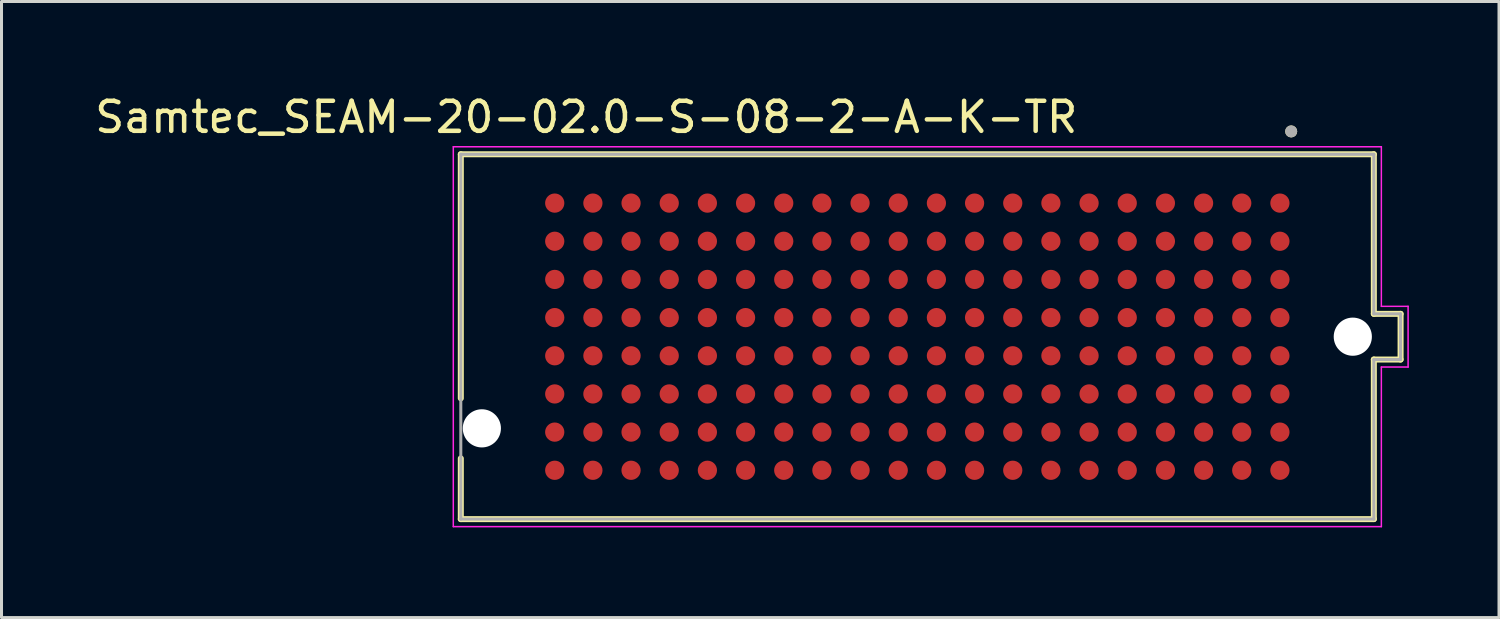
<source format=kicad_pcb>
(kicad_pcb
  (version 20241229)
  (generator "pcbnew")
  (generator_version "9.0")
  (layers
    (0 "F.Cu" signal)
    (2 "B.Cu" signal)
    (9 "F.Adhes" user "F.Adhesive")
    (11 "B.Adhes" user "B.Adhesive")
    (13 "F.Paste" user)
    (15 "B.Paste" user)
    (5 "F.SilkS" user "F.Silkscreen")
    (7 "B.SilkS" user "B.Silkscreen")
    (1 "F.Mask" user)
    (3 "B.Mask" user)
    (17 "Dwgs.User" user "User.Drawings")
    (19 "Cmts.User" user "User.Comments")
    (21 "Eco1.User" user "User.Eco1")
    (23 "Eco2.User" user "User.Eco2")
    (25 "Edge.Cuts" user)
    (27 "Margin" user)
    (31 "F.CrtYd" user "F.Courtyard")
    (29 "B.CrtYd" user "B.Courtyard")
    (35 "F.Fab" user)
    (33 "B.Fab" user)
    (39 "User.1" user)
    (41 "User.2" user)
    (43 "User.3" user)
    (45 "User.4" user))
  (footprint "Samtec_SEAM-20-02.0-S-08-2-A-K-TR"
    (layer "F.Cu")
    (at 27.473 8.153)
    (property "Reference" "Samtec_SEAM-20-02.0-S-08-2-A-K-TR" (at -11.015 -7.305 0) (layer "F.SilkS") (effects (font (size 1 1) (thickness 0.15))))
    (attr smd)
    (fp_line (start -15.19 -6.07) (end 15.19 -6.07) (stroke (width 0.2) (type solid)) (layer "F.SilkS"))
    (fp_line (start -15.19 2.05) (end -15.19 -6.07) (stroke (width 0.2) (type solid)) (layer "F.SilkS"))
    (fp_line (start -15.19 6.07) (end -15.19 4.05) (stroke (width 0.2) (type solid)) (layer "F.SilkS"))
    (fp_line (start 15.19 -6.07) (end 15.19 -0.76) (stroke (width 0.2) (type solid)) (layer "F.SilkS"))
    (fp_line (start 15.19 -0.76) (end 16.08 -0.76) (stroke (width 0.2) (type solid)) (layer "F.SilkS"))
    (fp_line (start 15.19 0.76) (end 15.19 6.07) (stroke (width 0.2) (type solid)) (layer "F.SilkS"))
    (fp_line (start 15.19 0.76) (end 16.08 0.76) (stroke (width 0.2) (type solid)) (layer "F.SilkS"))
    (fp_line (start 15.19 6.07) (end -15.19 6.07) (stroke (width 0.2) (type solid)) (layer "F.SilkS"))
    (fp_line (start 16.08 0.76) (end 16.08 -0.76) (stroke (width 0.2) (type solid)) (layer "F.SilkS"))
    (fp_circle (center 12.44 -6.83) (end 12.54 -6.83) (stroke (width 0.2) (type solid)) (fill no) (layer "F.SilkS"))
    (fp_circle (center -12.065 -4.445) (end -11.842 -4.445) (stroke (width 0.445) (type solid)) (fill no) (layer "F.Paste"))
    (fp_circle (center -12.065 -3.175) (end -11.842 -3.175) (stroke (width 0.445) (type solid)) (fill no) (layer "F.Paste"))
    (fp_circle (center -12.065 -1.905) (end -11.842 -1.905) (stroke (width 0.445) (type solid)) (fill no) (layer "F.Paste"))
    (fp_circle (center -12.065 -0.635) (end -11.842 -0.635) (stroke (width 0.445) (type solid)) (fill no) (layer "F.Paste"))
    (fp_circle (center -12.065 0.635) (end -11.842 0.635) (stroke (width 0.445) (type solid)) (fill no) (layer "F.Paste"))
    (fp_circle (center -12.065 1.905) (end -11.842 1.905) (stroke (width 0.445) (type solid)) (fill no) (layer "F.Paste"))
    (fp_circle (center -12.065 3.175) (end -11.842 3.175) (stroke (width 0.445) (type solid)) (fill no) (layer "F.Paste"))
    (fp_circle (center -12.065 4.445) (end -11.842 4.445) (stroke (width 0.445) (type solid)) (fill no) (layer "F.Paste"))
    (fp_circle (center -10.795 -4.445) (end -10.572 -4.445) (stroke (width 0.445) (type solid)) (fill no) (layer "F.Paste"))
    (fp_circle (center -10.795 -3.175) (end -10.572 -3.175) (stroke (width 0.445) (type solid)) (fill no) (layer "F.Paste"))
    (fp_circle (center -10.795 -1.905) (end -10.572 -1.905) (stroke (width 0.445) (type solid)) (fill no) (layer "F.Paste"))
    (fp_circle (center -10.795 -0.635) (end -10.572 -0.635) (stroke (width 0.445) (type solid)) (fill no) (layer "F.Paste"))
    (fp_circle (center -10.795 0.635) (end -10.572 0.635) (stroke (width 0.445) (type solid)) (fill no) (layer "F.Paste"))
    (fp_circle (center -10.795 1.905) (end -10.572 1.905) (stroke (width 0.445) (type solid)) (fill no) (layer "F.Paste"))
    (fp_circle (center -10.795 3.175) (end -10.572 3.175) (stroke (width 0.445) (type solid)) (fill no) (layer "F.Paste"))
    (fp_circle (center -10.795 4.445) (end -10.572 4.445) (stroke (width 0.445) (type solid)) (fill no) (layer "F.Paste"))
    (fp_circle (center -9.525 -4.445) (end -9.303 -4.445) (stroke (width 0.445) (type solid)) (fill no) (layer "F.Paste"))
    (fp_circle (center -9.525 -3.175) (end -9.303 -3.175) (stroke (width 0.445) (type solid)) (fill no) (layer "F.Paste"))
    (fp_circle (center -9.525 -1.905) (end -9.303 -1.905) (stroke (width 0.445) (type solid)) (fill no) (layer "F.Paste"))
    (fp_circle (center -9.525 -0.635) (end -9.303 -0.635) (stroke (width 0.445) (type solid)) (fill no) (layer "F.Paste"))
    (fp_circle (center -9.525 0.635) (end -9.303 0.635) (stroke (width 0.445) (type solid)) (fill no) (layer "F.Paste"))
    (fp_circle (center -9.525 1.905) (end -9.303 1.905) (stroke (width 0.445) (type solid)) (fill no) (layer "F.Paste"))
    (fp_circle (center -9.525 3.175) (end -9.303 3.175) (stroke (width 0.445) (type solid)) (fill no) (layer "F.Paste"))
    (fp_circle (center -9.525 4.445) (end -9.303 4.445) (stroke (width 0.445) (type solid)) (fill no) (layer "F.Paste"))
    (fp_circle (center -8.255 -4.445) (end -8.033 -4.445) (stroke (width 0.445) (type solid)) (fill no) (layer "F.Paste"))
    (fp_circle (center -8.255 -3.175) (end -8.033 -3.175) (stroke (width 0.445) (type solid)) (fill no) (layer "F.Paste"))
    (fp_circle (center -8.255 -1.905) (end -8.033 -1.905) (stroke (width 0.445) (type solid)) (fill no) (layer "F.Paste"))
    (fp_circle (center -8.255 -0.635) (end -8.033 -0.635) (stroke (width 0.445) (type solid)) (fill no) (layer "F.Paste"))
    (fp_circle (center -8.255 0.635) (end -8.033 0.635) (stroke (width 0.445) (type solid)) (fill no) (layer "F.Paste"))
    (fp_circle (center -8.255 1.905) (end -8.033 1.905) (stroke (width 0.445) (type solid)) (fill no) (layer "F.Paste"))
    (fp_circle (center -8.255 3.175) (end -8.033 3.175) (stroke (width 0.445) (type solid)) (fill no) (layer "F.Paste"))
    (fp_circle (center -8.255 4.445) (end -8.033 4.445) (stroke (width 0.445) (type solid)) (fill no) (layer "F.Paste"))
    (fp_circle (center -6.985 -4.445) (end -6.763 -4.445) (stroke (width 0.445) (type solid)) (fill no) (layer "F.Paste"))
    (fp_circle (center -6.985 -3.175) (end -6.763 -3.175) (stroke (width 0.445) (type solid)) (fill no) (layer "F.Paste"))
    (fp_circle (center -6.985 -1.905) (end -6.763 -1.905) (stroke (width 0.445) (type solid)) (fill no) (layer "F.Paste"))
    (fp_circle (center -6.985 -0.635) (end -6.763 -0.635) (stroke (width 0.445) (type solid)) (fill no) (layer "F.Paste"))
    (fp_circle (center -6.985 0.635) (end -6.763 0.635) (stroke (width 0.445) (type solid)) (fill no) (layer "F.Paste"))
    (fp_circle (center -6.985 1.905) (end -6.763 1.905) (stroke (width 0.445) (type solid)) (fill no) (layer "F.Paste"))
    (fp_circle (center -6.985 3.175) (end -6.763 3.175) (stroke (width 0.445) (type solid)) (fill no) (layer "F.Paste"))
    (fp_circle (center -6.985 4.445) (end -6.763 4.445) (stroke (width 0.445) (type solid)) (fill no) (layer "F.Paste"))
    (fp_circle (center -5.715 -4.445) (end -5.492 -4.445) (stroke (width 0.445) (type solid)) (fill no) (layer "F.Paste"))
    (fp_circle (center -5.715 -3.175) (end -5.492 -3.175) (stroke (width 0.445) (type solid)) (fill no) (layer "F.Paste"))
    (fp_circle (center -5.715 -1.905) (end -5.492 -1.905) (stroke (width 0.445) (type solid)) (fill no) (layer "F.Paste"))
    (fp_circle (center -5.715 -0.635) (end -5.492 -0.635) (stroke (width 0.445) (type solid)) (fill no) (layer "F.Paste"))
    (fp_circle (center -5.715 0.635) (end -5.492 0.635) (stroke (width 0.445) (type solid)) (fill no) (layer "F.Paste"))
    (fp_circle (center -5.715 1.905) (end -5.492 1.905) (stroke (width 0.445) (type solid)) (fill no) (layer "F.Paste"))
    (fp_circle (center -5.715 3.175) (end -5.492 3.175) (stroke (width 0.445) (type solid)) (fill no) (layer "F.Paste"))
    (fp_circle (center -5.715 4.445) (end -5.492 4.445) (stroke (width 0.445) (type solid)) (fill no) (layer "F.Paste"))
    (fp_circle (center -4.445 -4.445) (end -4.223 -4.445) (stroke (width 0.445) (type solid)) (fill no) (layer "F.Paste"))
    (fp_circle (center -4.445 -3.175) (end -4.223 -3.175) (stroke (width 0.445) (type solid)) (fill no) (layer "F.Paste"))
    (fp_circle (center -4.445 -1.905) (end -4.223 -1.905) (stroke (width 0.445) (type solid)) (fill no) (layer "F.Paste"))
    (fp_circle (center -4.445 -0.635) (end -4.223 -0.635) (stroke (width 0.445) (type solid)) (fill no) (layer "F.Paste"))
    (fp_circle (center -4.445 0.635) (end -4.223 0.635) (stroke (width 0.445) (type solid)) (fill no) (layer "F.Paste"))
    (fp_circle (center -4.445 1.905) (end -4.223 1.905) (stroke (width 0.445) (type solid)) (fill no) (layer "F.Paste"))
    (fp_circle (center -4.445 3.175) (end -4.223 3.175) (stroke (width 0.445) (type solid)) (fill no) (layer "F.Paste"))
    (fp_circle (center -4.445 4.445) (end -4.223 4.445) (stroke (width 0.445) (type solid)) (fill no) (layer "F.Paste"))
    (fp_circle (center -3.175 -4.445) (end -2.953 -4.445) (stroke (width 0.445) (type solid)) (fill no) (layer "F.Paste"))
    (fp_circle (center -3.175 -3.175) (end -2.953 -3.175) (stroke (width 0.445) (type solid)) (fill no) (layer "F.Paste"))
    (fp_circle (center -3.175 -1.905) (end -2.953 -1.905) (stroke (width 0.445) (type solid)) (fill no) (layer "F.Paste"))
    (fp_circle (center -3.175 -0.635) (end -2.953 -0.635) (stroke (width 0.445) (type solid)) (fill no) (layer "F.Paste"))
    (fp_circle (center -3.175 0.635) (end -2.953 0.635) (stroke (width 0.445) (type solid)) (fill no) (layer "F.Paste"))
    (fp_circle (center -3.175 1.905) (end -2.953 1.905) (stroke (width 0.445) (type solid)) (fill no) (layer "F.Paste"))
    (fp_circle (center -3.175 3.175) (end -2.953 3.175) (stroke (width 0.445) (type solid)) (fill no) (layer "F.Paste"))
    (fp_circle (center -3.175 4.445) (end -2.953 4.445) (stroke (width 0.445) (type solid)) (fill no) (layer "F.Paste"))
    (fp_circle (center -1.905 -4.445) (end -1.683 -4.445) (stroke (width 0.445) (type solid)) (fill no) (layer "F.Paste"))
    (fp_circle (center -1.905 -3.175) (end -1.683 -3.175) (stroke (width 0.445) (type solid)) (fill no) (layer "F.Paste"))
    (fp_circle (center -1.905 -1.905) (end -1.683 -1.905) (stroke (width 0.445) (type solid)) (fill no) (layer "F.Paste"))
    (fp_circle (center -1.905 -0.635) (end -1.683 -0.635) (stroke (width 0.445) (type solid)) (fill no) (layer "F.Paste"))
    (fp_circle (center -1.905 0.635) (end -1.683 0.635) (stroke (width 0.445) (type solid)) (fill no) (layer "F.Paste"))
    (fp_circle (center -1.905 1.905) (end -1.683 1.905) (stroke (width 0.445) (type solid)) (fill no) (layer "F.Paste"))
    (fp_circle (center -1.905 3.175) (end -1.683 3.175) (stroke (width 0.445) (type solid)) (fill no) (layer "F.Paste"))
    (fp_circle (center -1.905 4.445) (end -1.683 4.445) (stroke (width 0.445) (type solid)) (fill no) (layer "F.Paste"))
    (fp_circle (center -0.635 -4.445) (end -0.412 -4.445) (stroke (width 0.445) (type solid)) (fill no) (layer "F.Paste"))
    (fp_circle (center -0.635 -3.175) (end -0.412 -3.175) (stroke (width 0.445) (type solid)) (fill no) (layer "F.Paste"))
    (fp_circle (center -0.635 -1.905) (end -0.412 -1.905) (stroke (width 0.445) (type solid)) (fill no) (layer "F.Paste"))
    (fp_circle (center -0.635 -0.635) (end -0.412 -0.635) (stroke (width 0.445) (type solid)) (fill no) (layer "F.Paste"))
    (fp_circle (center -0.635 0.635) (end -0.412 0.635) (stroke (width 0.445) (type solid)) (fill no) (layer "F.Paste"))
    (fp_circle (center -0.635 1.905) (end -0.412 1.905) (stroke (width 0.445) (type solid)) (fill no) (layer "F.Paste"))
    (fp_circle (center -0.635 3.175) (end -0.412 3.175) (stroke (width 0.445) (type solid)) (fill no) (layer "F.Paste"))
    (fp_circle (center -0.635 4.445) (end -0.412 4.445) (stroke (width 0.445) (type solid)) (fill no) (layer "F.Paste"))
    (fp_circle (center 0.635 -4.445) (end 0.858 -4.445) (stroke (width 0.445) (type solid)) (fill no) (layer "F.Paste"))
    (fp_circle (center 0.635 -3.175) (end 0.858 -3.175) (stroke (width 0.445) (type solid)) (fill no) (layer "F.Paste"))
    (fp_circle (center 0.635 -1.905) (end 0.858 -1.905) (stroke (width 0.445) (type solid)) (fill no) (layer "F.Paste"))
    (fp_circle (center 0.635 -0.635) (end 0.858 -0.635) (stroke (width 0.445) (type solid)) (fill no) (layer "F.Paste"))
    (fp_circle (center 0.635 0.635) (end 0.858 0.635) (stroke (width 0.445) (type solid)) (fill no) (layer "F.Paste"))
    (fp_circle (center 0.635 1.905) (end 0.858 1.905) (stroke (width 0.445) (type solid)) (fill no) (layer "F.Paste"))
    (fp_circle (center 0.635 3.175) (end 0.858 3.175) (stroke (width 0.445) (type solid)) (fill no) (layer "F.Paste"))
    (fp_circle (center 0.635 4.445) (end 0.858 4.445) (stroke (width 0.445) (type solid)) (fill no) (layer "F.Paste"))
    (fp_circle (center 1.905 -4.445) (end 2.127 -4.445) (stroke (width 0.445) (type solid)) (fill no) (layer "F.Paste"))
    (fp_circle (center 1.905 -3.175) (end 2.127 -3.175) (stroke (width 0.445) (type solid)) (fill no) (layer "F.Paste"))
    (fp_circle (center 1.905 -1.905) (end 2.127 -1.905) (stroke (width 0.445) (type solid)) (fill no) (layer "F.Paste"))
    (fp_circle (center 1.905 -0.635) (end 2.127 -0.635) (stroke (width 0.445) (type solid)) (fill no) (layer "F.Paste"))
    (fp_circle (center 1.905 0.635) (end 2.127 0.635) (stroke (width 0.445) (type solid)) (fill no) (layer "F.Paste"))
    (fp_circle (center 1.905 1.905) (end 2.127 1.905) (stroke (width 0.445) (type solid)) (fill no) (layer "F.Paste"))
    (fp_circle (center 1.905 3.175) (end 2.127 3.175) (stroke (width 0.445) (type solid)) (fill no) (layer "F.Paste"))
    (fp_circle (center 1.905 4.445) (end 2.127 4.445) (stroke (width 0.445) (type solid)) (fill no) (layer "F.Paste"))
    (fp_circle (center 3.175 -4.445) (end 3.397 -4.445) (stroke (width 0.445) (type solid)) (fill no) (layer "F.Paste"))
    (fp_circle (center 3.175 -3.175) (end 3.397 -3.175) (stroke (width 0.445) (type solid)) (fill no) (layer "F.Paste"))
    (fp_circle (center 3.175 -1.905) (end 3.397 -1.905) (stroke (width 0.445) (type solid)) (fill no) (layer "F.Paste"))
    (fp_circle (center 3.175 -0.635) (end 3.397 -0.635) (stroke (width 0.445) (type solid)) (fill no) (layer "F.Paste"))
    (fp_circle (center 3.175 0.635) (end 3.397 0.635) (stroke (width 0.445) (type solid)) (fill no) (layer "F.Paste"))
    (fp_circle (center 3.175 1.905) (end 3.397 1.905) (stroke (width 0.445) (type solid)) (fill no) (layer "F.Paste"))
    (fp_circle (center 3.175 3.175) (end 3.397 3.175) (stroke (width 0.445) (type solid)) (fill no) (layer "F.Paste"))
    (fp_circle (center 3.175 4.445) (end 3.397 4.445) (stroke (width 0.445) (type solid)) (fill no) (layer "F.Paste"))
    (fp_circle (center 4.445 -4.445) (end 4.668 -4.445) (stroke (width 0.445) (type solid)) (fill no) (layer "F.Paste"))
    (fp_circle (center 4.445 -3.175) (end 4.668 -3.175) (stroke (width 0.445) (type solid)) (fill no) (layer "F.Paste"))
    (fp_circle (center 4.445 -1.905) (end 4.668 -1.905) (stroke (width 0.445) (type solid)) (fill no) (layer "F.Paste"))
    (fp_circle (center 4.445 -0.635) (end 4.668 -0.635) (stroke (width 0.445) (type solid)) (fill no) (layer "F.Paste"))
    (fp_circle (center 4.445 0.635) (end 4.668 0.635) (stroke (width 0.445) (type solid)) (fill no) (layer "F.Paste"))
    (fp_circle (center 4.445 1.905) (end 4.668 1.905) (stroke (width 0.445) (type solid)) (fill no) (layer "F.Paste"))
    (fp_circle (center 4.445 3.175) (end 4.668 3.175) (stroke (width 0.445) (type solid)) (fill no) (layer "F.Paste"))
    (fp_circle (center 4.445 4.445) (end 4.668 4.445) (stroke (width 0.445) (type solid)) (fill no) (layer "F.Paste"))
    (fp_circle (center 5.715 -4.445) (end 5.938 -4.445) (stroke (width 0.445) (type solid)) (fill no) (layer "F.Paste"))
    (fp_circle (center 5.715 -3.175) (end 5.938 -3.175) (stroke (width 0.445) (type solid)) (fill no) (layer "F.Paste"))
    (fp_circle (center 5.715 -1.905) (end 5.938 -1.905) (stroke (width 0.445) (type solid)) (fill no) (layer "F.Paste"))
    (fp_circle (center 5.715 -0.635) (end 5.938 -0.635) (stroke (width 0.445) (type solid)) (fill no) (layer "F.Paste"))
    (fp_circle (center 5.715 0.635) (end 5.938 0.635) (stroke (width 0.445) (type solid)) (fill no) (layer "F.Paste"))
    (fp_circle (center 5.715 1.905) (end 5.938 1.905) (stroke (width 0.445) (type solid)) (fill no) (layer "F.Paste"))
    (fp_circle (center 5.715 3.175) (end 5.938 3.175) (stroke (width 0.445) (type solid)) (fill no) (layer "F.Paste"))
    (fp_circle (center 5.715 4.445) (end 5.938 4.445) (stroke (width 0.445) (type solid)) (fill no) (layer "F.Paste"))
    (fp_circle (center 6.985 -4.445) (end 7.207 -4.445) (stroke (width 0.445) (type solid)) (fill no) (layer "F.Paste"))
    (fp_circle (center 6.985 -3.175) (end 7.207 -3.175) (stroke (width 0.445) (type solid)) (fill no) (layer "F.Paste"))
    (fp_circle (center 6.985 -1.905) (end 7.207 -1.905) (stroke (width 0.445) (type solid)) (fill no) (layer "F.Paste"))
    (fp_circle (center 6.985 -0.635) (end 7.207 -0.635) (stroke (width 0.445) (type solid)) (fill no) (layer "F.Paste"))
    (fp_circle (center 6.985 0.635) (end 7.207 0.635) (stroke (width 0.445) (type solid)) (fill no) (layer "F.Paste"))
    (fp_circle (center 6.985 1.905) (end 7.207 1.905) (stroke (width 0.445) (type solid)) (fill no) (layer "F.Paste"))
    (fp_circle (center 6.985 3.175) (end 7.207 3.175) (stroke (width 0.445) (type solid)) (fill no) (layer "F.Paste"))
    (fp_circle (center 6.985 4.445) (end 7.207 4.445) (stroke (width 0.445) (type solid)) (fill no) (layer "F.Paste"))
    (fp_circle (center 8.255 -4.445) (end 8.477 -4.445) (stroke (width 0.445) (type solid)) (fill no) (layer "F.Paste"))
    (fp_circle (center 8.255 -3.175) (end 8.477 -3.175) (stroke (width 0.445) (type solid)) (fill no) (layer "F.Paste"))
    (fp_circle (center 8.255 -1.905) (end 8.477 -1.905) (stroke (width 0.445) (type solid)) (fill no) (layer "F.Paste"))
    (fp_circle (center 8.255 -0.635) (end 8.477 -0.635) (stroke (width 0.445) (type solid)) (fill no) (layer "F.Paste"))
    (fp_circle (center 8.255 0.635) (end 8.477 0.635) (stroke (width 0.445) (type solid)) (fill no) (layer "F.Paste"))
    (fp_circle (center 8.255 1.905) (end 8.477 1.905) (stroke (width 0.445) (type solid)) (fill no) (layer "F.Paste"))
    (fp_circle (center 8.255 3.175) (end 8.477 3.175) (stroke (width 0.445) (type solid)) (fill no) (layer "F.Paste"))
    (fp_circle (center 8.255 4.445) (end 8.477 4.445) (stroke (width 0.445) (type solid)) (fill no) (layer "F.Paste"))
    (fp_circle (center 9.525 -4.445) (end 9.748 -4.445) (stroke (width 0.445) (type solid)) (fill no) (layer "F.Paste"))
    (fp_circle (center 9.525 -3.175) (end 9.748 -3.175) (stroke (width 0.445) (type solid)) (fill no) (layer "F.Paste"))
    (fp_circle (center 9.525 -1.905) (end 9.748 -1.905) (stroke (width 0.445) (type solid)) (fill no) (layer "F.Paste"))
    (fp_circle (center 9.525 -0.635) (end 9.748 -0.635) (stroke (width 0.445) (type solid)) (fill no) (layer "F.Paste"))
    (fp_circle (center 9.525 0.635) (end 9.748 0.635) (stroke (width 0.445) (type solid)) (fill no) (layer "F.Paste"))
    (fp_circle (center 9.525 1.905) (end 9.748 1.905) (stroke (width 0.445) (type solid)) (fill no) (layer "F.Paste"))
    (fp_circle (center 9.525 3.175) (end 9.748 3.175) (stroke (width 0.445) (type solid)) (fill no) (layer "F.Paste"))
    (fp_circle (center 9.525 4.445) (end 9.748 4.445) (stroke (width 0.445) (type solid)) (fill no) (layer "F.Paste"))
    (fp_circle (center 10.795 -4.445) (end 11.018 -4.445) (stroke (width 0.445) (type solid)) (fill no) (layer "F.Paste"))
    (fp_circle (center 10.795 -3.175) (end 11.018 -3.175) (stroke (width 0.445) (type solid)) (fill no) (layer "F.Paste"))
    (fp_circle (center 10.795 -1.905) (end 11.018 -1.905) (stroke (width 0.445) (type solid)) (fill no) (layer "F.Paste"))
    (fp_circle (center 10.795 -0.635) (end 11.018 -0.635) (stroke (width 0.445) (type solid)) (fill no) (layer "F.Paste"))
    (fp_circle (center 10.795 0.635) (end 11.018 0.635) (stroke (width 0.445) (type solid)) (fill no) (layer "F.Paste"))
    (fp_circle (center 10.795 1.905) (end 11.018 1.905) (stroke (width 0.445) (type solid)) (fill no) (layer "F.Paste"))
    (fp_circle (center 10.795 3.175) (end 11.018 3.175) (stroke (width 0.445) (type solid)) (fill no) (layer "F.Paste"))
    (fp_circle (center 10.795 4.445) (end 11.018 4.445) (stroke (width 0.445) (type solid)) (fill no) (layer "F.Paste"))
    (fp_circle (center 12.065 -4.445) (end 12.287 -4.445) (stroke (width 0.445) (type solid)) (fill no) (layer "F.Paste"))
    (fp_circle (center 12.065 -3.175) (end 12.287 -3.175) (stroke (width 0.445) (type solid)) (fill no) (layer "F.Paste"))
    (fp_circle (center 12.065 -1.905) (end 12.287 -1.905) (stroke (width 0.445) (type solid)) (fill no) (layer "F.Paste"))
    (fp_circle (center 12.065 -0.635) (end 12.287 -0.635) (stroke (width 0.445) (type solid)) (fill no) (layer "F.Paste"))
    (fp_circle (center 12.065 0.635) (end 12.287 0.635) (stroke (width 0.445) (type solid)) (fill no) (layer "F.Paste"))
    (fp_circle (center 12.065 1.905) (end 12.287 1.905) (stroke (width 0.445) (type solid)) (fill no) (layer "F.Paste"))
    (fp_circle (center 12.065 3.175) (end 12.287 3.175) (stroke (width 0.445) (type solid)) (fill no) (layer "F.Paste"))
    (fp_circle (center 12.065 4.445) (end 12.287 4.445) (stroke (width 0.445) (type solid)) (fill no) (layer "F.Paste"))
    (fp_line (start -15.44 -6.32) (end 15.44 -6.32) (stroke (width 0.05) (type solid)) (layer "F.CrtYd"))
    (fp_line (start -15.44 6.32) (end -15.44 -6.32) (stroke (width 0.05) (type solid)) (layer "F.CrtYd"))
    (fp_line (start 15.44 -6.32) (end 15.44 -1.01) (stroke (width 0.05) (type solid)) (layer "F.CrtYd"))
    (fp_line (start 15.44 -1.01) (end 16.33 -1.01) (stroke (width 0.05) (type solid)) (layer "F.CrtYd"))
    (fp_line (start 15.44 1.01) (end 15.44 6.32) (stroke (width 0.05) (type solid)) (layer "F.CrtYd"))
    (fp_line (start 15.44 1.01) (end 16.33 1.01) (stroke (width 0.05) (type solid)) (layer "F.CrtYd"))
    (fp_line (start 15.44 6.32) (end -15.44 6.32) (stroke (width 0.05) (type solid)) (layer "F.CrtYd"))
    (fp_line (start 16.33 1.01) (end 16.33 -1.01) (stroke (width 0.05) (type solid)) (layer "F.CrtYd"))
    (fp_line (start -15.19 -6.07) (end 15.19 -6.07) (stroke (width 0.1) (type solid)) (layer "F.Fab"))
    (fp_line (start -15.19 6.07) (end -15.19 -6.07) (stroke (width 0.1) (type solid)) (layer "F.Fab"))
    (fp_line (start 15.19 -6.07) (end 15.19 -0.76) (stroke (width 0.1) (type solid)) (layer "F.Fab"))
    (fp_line (start 15.19 -0.76) (end 16.08 -0.76) (stroke (width 0.1) (type solid)) (layer "F.Fab"))
    (fp_line (start 15.19 0.76) (end 15.19 6.07) (stroke (width 0.1) (type solid)) (layer "F.Fab"))
    (fp_line (start 15.19 0.76) (end 16.08 0.76) (stroke (width 0.1) (type solid)) (layer "F.Fab"))
    (fp_line (start 15.19 6.07) (end -15.19 6.07) (stroke (width 0.1) (type solid)) (layer "F.Fab"))
    (fp_line (start 16.08 0.76) (end 16.08 -0.76) (stroke (width 0.1) (type solid)) (layer "F.Fab"))
    (fp_circle (center 12.44 -6.83) (end 12.54 -6.83) (stroke (width 0.2) (type solid)) (fill no) (layer "F.Fab"))
    (pad "" np_thru_hole circle (at -14.49 3.05) (size 1.27 1.27) (drill 1.27) (layers "*.Cu" "*.Mask"))
    (pad "" np_thru_hole circle (at 14.49 0) (size 1.27 1.27) (drill 1.27) (layers "*.Cu" "*.Mask"))
    (pad "A1" smd circle (at 12.065 -4.445) (size 0.64 0.64) (layers "F.Cu" "F.Mask"))
    (pad "A2" smd circle (at 10.795 -4.445) (size 0.64 0.64) (layers "F.Cu" "F.Mask"))
    (pad "A3" smd circle (at 9.525 -4.445) (size 0.64 0.64) (layers "F.Cu" "F.Mask"))
    (pad "A4" smd circle (at 8.255 -4.445) (size 0.64 0.64) (layers "F.Cu" "F.Mask"))
    (pad "A5" smd circle (at 6.985 -4.445) (size 0.64 0.64) (layers "F.Cu" "F.Mask"))
    (pad "A6" smd circle (at 5.715 -4.445) (size 0.64 0.64) (layers "F.Cu" "F.Mask"))
    (pad "A7" smd circle (at 4.445 -4.445) (size 0.64 0.64) (layers "F.Cu" "F.Mask"))
    (pad "A8" smd circle (at 3.175 -4.445) (size 0.64 0.64) (layers "F.Cu" "F.Mask"))
    (pad "A9" smd circle (at 1.905 -4.445) (size 0.64 0.64) (layers "F.Cu" "F.Mask"))
    (pad "A10" smd circle (at 0.635 -4.445) (size 0.64 0.64) (layers "F.Cu" "F.Mask"))
    (pad "A11" smd circle (at -0.635 -4.445) (size 0.64 0.64) (layers "F.Cu" "F.Mask"))
    (pad "A12" smd circle (at -1.905 -4.445) (size 0.64 0.64) (layers "F.Cu" "F.Mask"))
    (pad "A13" smd circle (at -3.175 -4.445) (size 0.64 0.64) (layers "F.Cu" "F.Mask"))
    (pad "A14" smd circle (at -4.445 -4.445) (size 0.64 0.64) (layers "F.Cu" "F.Mask"))
    (pad "A15" smd circle (at -5.715 -4.445) (size 0.64 0.64) (layers "F.Cu" "F.Mask"))
    (pad "A16" smd circle (at -6.985 -4.445) (size 0.64 0.64) (layers "F.Cu" "F.Mask"))
    (pad "A17" smd circle (at -8.255 -4.445) (size 0.64 0.64) (layers "F.Cu" "F.Mask"))
    (pad "A18" smd circle (at -9.525 -4.445) (size 0.64 0.64) (layers "F.Cu" "F.Mask"))
    (pad "A19" smd circle (at -10.795 -4.445) (size 0.64 0.64) (layers "F.Cu" "F.Mask"))
    (pad "A20" smd circle (at -12.065 -4.445) (size 0.64 0.64) (layers "F.Cu" "F.Mask"))
    (pad "B1" smd circle (at 12.065 -3.175) (size 0.64 0.64) (layers "F.Cu" "F.Mask"))
    (pad "B2" smd circle (at 10.795 -3.175) (size 0.64 0.64) (layers "F.Cu" "F.Mask"))
    (pad "B3" smd circle (at 9.525 -3.175) (size 0.64 0.64) (layers "F.Cu" "F.Mask"))
    (pad "B4" smd circle (at 8.255 -3.175) (size 0.64 0.64) (layers "F.Cu" "F.Mask"))
    (pad "B5" smd circle (at 6.985 -3.175) (size 0.64 0.64) (layers "F.Cu" "F.Mask"))
    (pad "B6" smd circle (at 5.715 -3.175) (size 0.64 0.64) (layers "F.Cu" "F.Mask"))
    (pad "B7" smd circle (at 4.445 -3.175) (size 0.64 0.64) (layers "F.Cu" "F.Mask"))
    (pad "B8" smd circle (at 3.175 -3.175) (size 0.64 0.64) (layers "F.Cu" "F.Mask"))
    (pad "B9" smd circle (at 1.905 -3.175) (size 0.64 0.64) (layers "F.Cu" "F.Mask"))
    (pad "B10" smd circle (at 0.635 -3.175) (size 0.64 0.64) (layers "F.Cu" "F.Mask"))
    (pad "B11" smd circle (at -0.635 -3.175) (size 0.64 0.64) (layers "F.Cu" "F.Mask"))
    (pad "B12" smd circle (at -1.905 -3.175) (size 0.64 0.64) (layers "F.Cu" "F.Mask"))
    (pad "B13" smd circle (at -3.175 -3.175) (size 0.64 0.64) (layers "F.Cu" "F.Mask"))
    (pad "B14" smd circle (at -4.445 -3.175) (size 0.64 0.64) (layers "F.Cu" "F.Mask"))
    (pad "B15" smd circle (at -5.715 -3.175) (size 0.64 0.64) (layers "F.Cu" "F.Mask"))
    (pad "B16" smd circle (at -6.985 -3.175) (size 0.64 0.64) (layers "F.Cu" "F.Mask"))
    (pad "B17" smd circle (at -8.255 -3.175) (size 0.64 0.64) (layers "F.Cu" "F.Mask"))
    (pad "B18" smd circle (at -9.525 -3.175) (size 0.64 0.64) (layers "F.Cu" "F.Mask"))
    (pad "B19" smd circle (at -10.795 -3.175) (size 0.64 0.64) (layers "F.Cu" "F.Mask"))
    (pad "B20" smd circle (at -12.065 -3.175) (size 0.64 0.64) (layers "F.Cu" "F.Mask"))
    (pad "C1" smd circle (at 12.065 -1.905) (size 0.64 0.64) (layers "F.Cu" "F.Mask"))
    (pad "C2" smd circle (at 10.795 -1.905) (size 0.64 0.64) (layers "F.Cu" "F.Mask"))
    (pad "C3" smd circle (at 9.525 -1.905) (size 0.64 0.64) (layers "F.Cu" "F.Mask"))
    (pad "C4" smd circle (at 8.255 -1.905) (size 0.64 0.64) (layers "F.Cu" "F.Mask"))
    (pad "C5" smd circle (at 6.985 -1.905) (size 0.64 0.64) (layers "F.Cu" "F.Mask"))
    (pad "C6" smd circle (at 5.715 -1.905) (size 0.64 0.64) (layers "F.Cu" "F.Mask"))
    (pad "C7" smd circle (at 4.445 -1.905) (size 0.64 0.64) (layers "F.Cu" "F.Mask"))
    (pad "C8" smd circle (at 3.175 -1.905) (size 0.64 0.64) (layers "F.Cu" "F.Mask"))
    (pad "C9" smd circle (at 1.905 -1.905) (size 0.64 0.64) (layers "F.Cu" "F.Mask"))
    (pad "C10" smd circle (at 0.635 -1.905) (size 0.64 0.64) (layers "F.Cu" "F.Mask"))
    (pad "C11" smd circle (at -0.635 -1.905) (size 0.64 0.64) (layers "F.Cu" "F.Mask"))
    (pad "C12" smd circle (at -1.905 -1.905) (size 0.64 0.64) (layers "F.Cu" "F.Mask"))
    (pad "C13" smd circle (at -3.175 -1.905) (size 0.64 0.64) (layers "F.Cu" "F.Mask"))
    (pad "C14" smd circle (at -4.445 -1.905) (size 0.64 0.64) (layers "F.Cu" "F.Mask"))
    (pad "C15" smd circle (at -5.715 -1.905) (size 0.64 0.64) (layers "F.Cu" "F.Mask"))
    (pad "C16" smd circle (at -6.985 -1.905) (size 0.64 0.64) (layers "F.Cu" "F.Mask"))
    (pad "C17" smd circle (at -8.255 -1.905) (size 0.64 0.64) (layers "F.Cu" "F.Mask"))
    (pad "C18" smd circle (at -9.525 -1.905) (size 0.64 0.64) (layers "F.Cu" "F.Mask"))
    (pad "C19" smd circle (at -10.795 -1.905) (size 0.64 0.64) (layers "F.Cu" "F.Mask"))
    (pad "C20" smd circle (at -12.065 -1.905) (size 0.64 0.64) (layers "F.Cu" "F.Mask"))
    (pad "D1" smd circle (at 12.065 -0.635) (size 0.64 0.64) (layers "F.Cu" "F.Mask"))
    (pad "D2" smd circle (at 10.795 -0.635) (size 0.64 0.64) (layers "F.Cu" "F.Mask"))
    (pad "D3" smd circle (at 9.525 -0.635) (size 0.64 0.64) (layers "F.Cu" "F.Mask"))
    (pad "D4" smd circle (at 8.255 -0.635) (size 0.64 0.64) (layers "F.Cu" "F.Mask"))
    (pad "D5" smd circle (at 6.985 -0.635) (size 0.64 0.64) (layers "F.Cu" "F.Mask"))
    (pad "D6" smd circle (at 5.715 -0.635) (size 0.64 0.64) (layers "F.Cu" "F.Mask"))
    (pad "D7" smd circle (at 4.445 -0.635) (size 0.64 0.64) (layers "F.Cu" "F.Mask"))
    (pad "D8" smd circle (at 3.175 -0.635) (size 0.64 0.64) (layers "F.Cu" "F.Mask"))
    (pad "D9" smd circle (at 1.905 -0.635) (size 0.64 0.64) (layers "F.Cu" "F.Mask"))
    (pad "D10" smd circle (at 0.635 -0.635) (size 0.64 0.64) (layers "F.Cu" "F.Mask"))
    (pad "D11" smd circle (at -0.635 -0.635) (size 0.64 0.64) (layers "F.Cu" "F.Mask"))
    (pad "D12" smd circle (at -1.905 -0.635) (size 0.64 0.64) (layers "F.Cu" "F.Mask"))
    (pad "D13" smd circle (at -3.175 -0.635) (size 0.64 0.64) (layers "F.Cu" "F.Mask"))
    (pad "D14" smd circle (at -4.445 -0.635) (size 0.64 0.64) (layers "F.Cu" "F.Mask"))
    (pad "D15" smd circle (at -5.715 -0.635) (size 0.64 0.64) (layers "F.Cu" "F.Mask"))
    (pad "D16" smd circle (at -6.985 -0.635) (size 0.64 0.64) (layers "F.Cu" "F.Mask"))
    (pad "D17" smd circle (at -8.255 -0.635) (size 0.64 0.64) (layers "F.Cu" "F.Mask"))
    (pad "D18" smd circle (at -9.525 -0.635) (size 0.64 0.64) (layers "F.Cu" "F.Mask"))
    (pad "D19" smd circle (at -10.795 -0.635) (size 0.64 0.64) (layers "F.Cu" "F.Mask"))
    (pad "D20" smd circle (at -12.065 -0.635) (size 0.64 0.64) (layers "F.Cu" "F.Mask"))
    (pad "E1" smd circle (at 12.065 0.635) (size 0.64 0.64) (layers "F.Cu" "F.Mask"))
    (pad "E2" smd circle (at 10.795 0.635) (size 0.64 0.64) (layers "F.Cu" "F.Mask"))
    (pad "E3" smd circle (at 9.525 0.635) (size 0.64 0.64) (layers "F.Cu" "F.Mask"))
    (pad "E4" smd circle (at 8.255 0.635) (size 0.64 0.64) (layers "F.Cu" "F.Mask"))
    (pad "E5" smd circle (at 6.985 0.635) (size 0.64 0.64) (layers "F.Cu" "F.Mask"))
    (pad "E6" smd circle (at 5.715 0.635) (size 0.64 0.64) (layers "F.Cu" "F.Mask"))
    (pad "E7" smd circle (at 4.445 0.635) (size 0.64 0.64) (layers "F.Cu" "F.Mask"))
    (pad "E8" smd circle (at 3.175 0.635) (size 0.64 0.64) (layers "F.Cu" "F.Mask"))
    (pad "E9" smd circle (at 1.905 0.635) (size 0.64 0.64) (layers "F.Cu" "F.Mask"))
    (pad "E10" smd circle (at 0.635 0.635) (size 0.64 0.64) (layers "F.Cu" "F.Mask"))
    (pad "E11" smd circle (at -0.635 0.635) (size 0.64 0.64) (layers "F.Cu" "F.Mask"))
    (pad "E12" smd circle (at -1.905 0.635) (size 0.64 0.64) (layers "F.Cu" "F.Mask"))
    (pad "E13" smd circle (at -3.175 0.635) (size 0.64 0.64) (layers "F.Cu" "F.Mask"))
    (pad "E14" smd circle (at -4.445 0.635) (size 0.64 0.64) (layers "F.Cu" "F.Mask"))
    (pad "E15" smd circle (at -5.715 0.635) (size 0.64 0.64) (layers "F.Cu" "F.Mask"))
    (pad "E16" smd circle (at -6.985 0.635) (size 0.64 0.64) (layers "F.Cu" "F.Mask"))
    (pad "E17" smd circle (at -8.255 0.635) (size 0.64 0.64) (layers "F.Cu" "F.Mask"))
    (pad "E18" smd circle (at -9.525 0.635) (size 0.64 0.64) (layers "F.Cu" "F.Mask"))
    (pad "E19" smd circle (at -10.795 0.635) (size 0.64 0.64) (layers "F.Cu" "F.Mask"))
    (pad "E20" smd circle (at -12.065 0.635) (size 0.64 0.64) (layers "F.Cu" "F.Mask"))
    (pad "F1" smd circle (at 12.065 1.905) (size 0.64 0.64) (layers "F.Cu" "F.Mask"))
    (pad "F2" smd circle (at 10.795 1.905) (size 0.64 0.64) (layers "F.Cu" "F.Mask"))
    (pad "F3" smd circle (at 9.525 1.905) (size 0.64 0.64) (layers "F.Cu" "F.Mask"))
    (pad "F4" smd circle (at 8.255 1.905) (size 0.64 0.64) (layers "F.Cu" "F.Mask"))
    (pad "F5" smd circle (at 6.985 1.905) (size 0.64 0.64) (layers "F.Cu" "F.Mask"))
    (pad "F6" smd circle (at 5.715 1.905) (size 0.64 0.64) (layers "F.Cu" "F.Mask"))
    (pad "F7" smd circle (at 4.445 1.905) (size 0.64 0.64) (layers "F.Cu" "F.Mask"))
    (pad "F8" smd circle (at 3.175 1.905) (size 0.64 0.64) (layers "F.Cu" "F.Mask"))
    (pad "F9" smd circle (at 1.905 1.905) (size 0.64 0.64) (layers "F.Cu" "F.Mask"))
    (pad "F10" smd circle (at 0.635 1.905) (size 0.64 0.64) (layers "F.Cu" "F.Mask"))
    (pad "F11" smd circle (at -0.635 1.905) (size 0.64 0.64) (layers "F.Cu" "F.Mask"))
    (pad "F12" smd circle (at -1.905 1.905) (size 0.64 0.64) (layers "F.Cu" "F.Mask"))
    (pad "F13" smd circle (at -3.175 1.905) (size 0.64 0.64) (layers "F.Cu" "F.Mask"))
    (pad "F14" smd circle (at -4.445 1.905) (size 0.64 0.64) (layers "F.Cu" "F.Mask"))
    (pad "F15" smd circle (at -5.715 1.905) (size 0.64 0.64) (layers "F.Cu" "F.Mask"))
    (pad "F16" smd circle (at -6.985 1.905) (size 0.64 0.64) (layers "F.Cu" "F.Mask"))
    (pad "F17" smd circle (at -8.255 1.905) (size 0.64 0.64) (layers "F.Cu" "F.Mask"))
    (pad "F18" smd circle (at -9.525 1.905) (size 0.64 0.64) (layers "F.Cu" "F.Mask"))
    (pad "F19" smd circle (at -10.795 1.905) (size 0.64 0.64) (layers "F.Cu" "F.Mask"))
    (pad "F20" smd circle (at -12.065 1.905) (size 0.64 0.64) (layers "F.Cu" "F.Mask"))
    (pad "G1" smd circle (at 12.065 3.175) (size 0.64 0.64) (layers "F.Cu" "F.Mask"))
    (pad "G2" smd circle (at 10.795 3.175) (size 0.64 0.64) (layers "F.Cu" "F.Mask"))
    (pad "G3" smd circle (at 9.525 3.175) (size 0.64 0.64) (layers "F.Cu" "F.Mask"))
    (pad "G4" smd circle (at 8.255 3.175) (size 0.64 0.64) (layers "F.Cu" "F.Mask"))
    (pad "G5" smd circle (at 6.985 3.175) (size 0.64 0.64) (layers "F.Cu" "F.Mask"))
    (pad "G6" smd circle (at 5.715 3.175) (size 0.64 0.64) (layers "F.Cu" "F.Mask"))
    (pad "G7" smd circle (at 4.445 3.175) (size 0.64 0.64) (layers "F.Cu" "F.Mask"))
    (pad "G8" smd circle (at 3.175 3.175) (size 0.64 0.64) (layers "F.Cu" "F.Mask"))
    (pad "G9" smd circle (at 1.905 3.175) (size 0.64 0.64) (layers "F.Cu" "F.Mask"))
    (pad "G10" smd circle (at 0.635 3.175) (size 0.64 0.64) (layers "F.Cu" "F.Mask"))
    (pad "G11" smd circle (at -0.635 3.175) (size 0.64 0.64) (layers "F.Cu" "F.Mask"))
    (pad "G12" smd circle (at -1.905 3.175) (size 0.64 0.64) (layers "F.Cu" "F.Mask"))
    (pad "G13" smd circle (at -3.175 3.175) (size 0.64 0.64) (layers "F.Cu" "F.Mask"))
    (pad "G14" smd circle (at -4.445 3.175) (size 0.64 0.64) (layers "F.Cu" "F.Mask"))
    (pad "G15" smd circle (at -5.715 3.175) (size 0.64 0.64) (layers "F.Cu" "F.Mask"))
    (pad "G16" smd circle (at -6.985 3.175) (size 0.64 0.64) (layers "F.Cu" "F.Mask"))
    (pad "G17" smd circle (at -8.255 3.175) (size 0.64 0.64) (layers "F.Cu" "F.Mask"))
    (pad "G18" smd circle (at -9.525 3.175) (size 0.64 0.64) (layers "F.Cu" "F.Mask"))
    (pad "G19" smd circle (at -10.795 3.175) (size 0.64 0.64) (layers "F.Cu" "F.Mask"))
    (pad "G20" smd circle (at -12.065 3.175) (size 0.64 0.64) (layers "F.Cu" "F.Mask"))
    (pad "H1" smd circle (at 12.065 4.445) (size 0.64 0.64) (layers "F.Cu" "F.Mask"))
    (pad "H2" smd circle (at 10.795 4.445) (size 0.64 0.64) (layers "F.Cu" "F.Mask"))
    (pad "H3" smd circle (at 9.525 4.445) (size 0.64 0.64) (layers "F.Cu" "F.Mask"))
    (pad "H4" smd circle (at 8.255 4.445) (size 0.64 0.64) (layers "F.Cu" "F.Mask"))
    (pad "H5" smd circle (at 6.985 4.445) (size 0.64 0.64) (layers "F.Cu" "F.Mask"))
    (pad "H6" smd circle (at 5.715 4.445) (size 0.64 0.64) (layers "F.Cu" "F.Mask"))
    (pad "H7" smd circle (at 4.445 4.445) (size 0.64 0.64) (layers "F.Cu" "F.Mask"))
    (pad "H8" smd circle (at 3.175 4.445) (size 0.64 0.64) (layers "F.Cu" "F.Mask"))
    (pad "H9" smd circle (at 1.905 4.445) (size 0.64 0.64) (layers "F.Cu" "F.Mask"))
    (pad "H10" smd circle (at 0.635 4.445) (size 0.64 0.64) (layers "F.Cu" "F.Mask"))
    (pad "H11" smd circle (at -0.635 4.445) (size 0.64 0.64) (layers "F.Cu" "F.Mask"))
    (pad "H12" smd circle (at -1.905 4.445) (size 0.64 0.64) (layers "F.Cu" "F.Mask"))
    (pad "H13" smd circle (at -3.175 4.445) (size 0.64 0.64) (layers "F.Cu" "F.Mask"))
    (pad "H14" smd circle (at -4.445 4.445) (size 0.64 0.64) (layers "F.Cu" "F.Mask"))
    (pad "H15" smd circle (at -5.715 4.445) (size 0.64 0.64) (layers "F.Cu" "F.Mask"))
    (pad "H16" smd circle (at -6.985 4.445) (size 0.64 0.64) (layers "F.Cu" "F.Mask"))
    (pad "H17" smd circle (at -8.255 4.445) (size 0.64 0.64) (layers "F.Cu" "F.Mask"))
    (pad "H18" smd circle (at -9.525 4.445) (size 0.64 0.64) (layers "F.Cu" "F.Mask"))
    (pad "H19" smd circle (at -10.795 4.445) (size 0.64 0.64) (layers "F.Cu" "F.Mask"))
    (pad "H20" smd circle (at -12.065 4.445) (size 0.64 0.64) (layers "F.Cu" "F.Mask")))
  (gr_rect
    (start -3 -3)
    (end 46.828 17.498)
    (stroke (width 0.1) (type default))
    (fill no)
    (layer "Edge.Cuts")))
</source>
